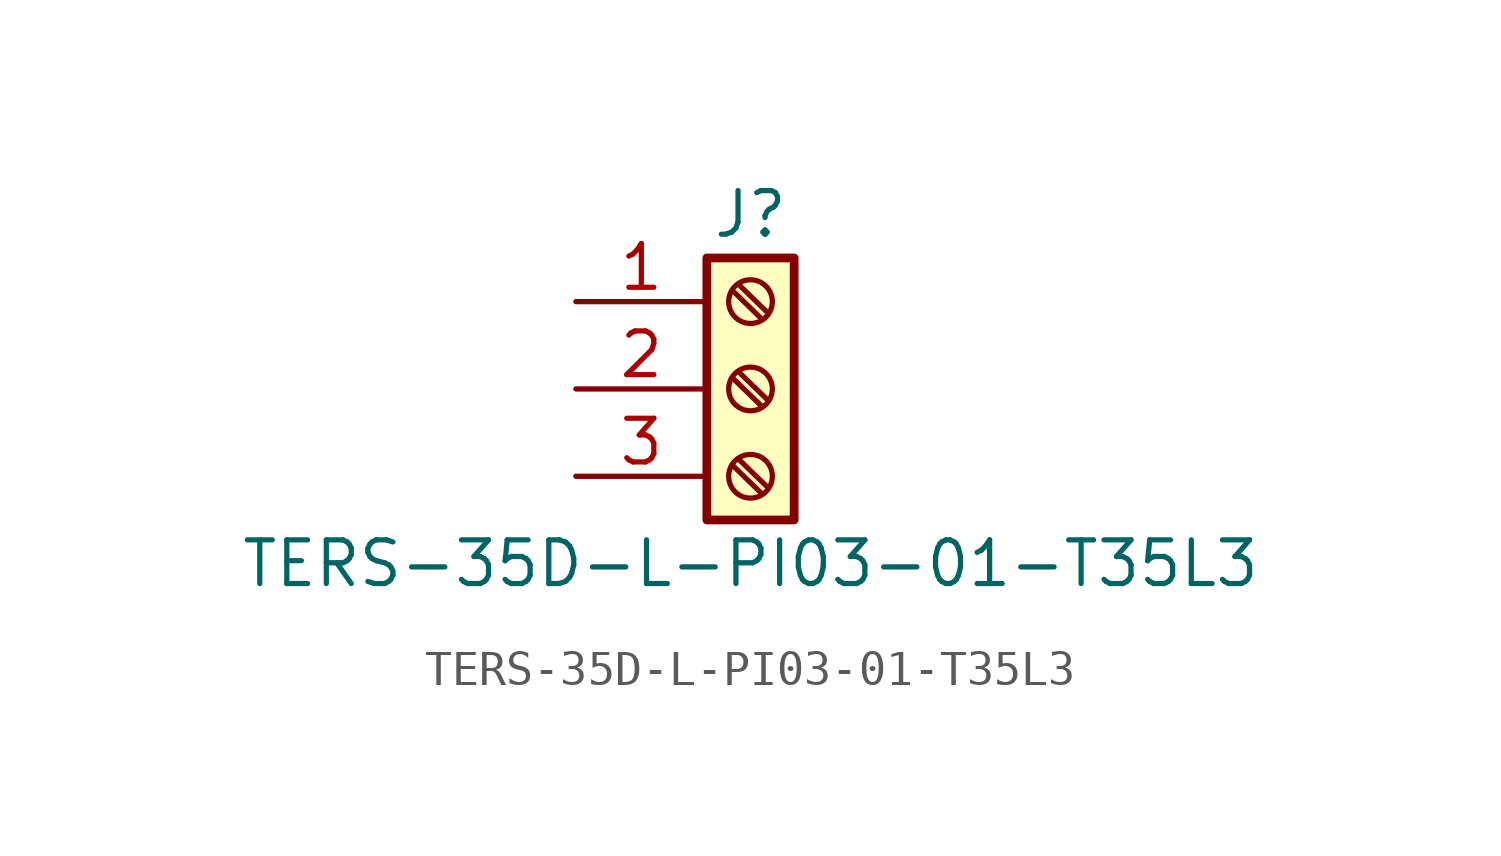
<source format=kicad_sym>
(kicad_symbol_lib
  (version 20211014)
  (generator kicad_symbol_editor)
  (symbol "TERS-35D-L-PI03-01-T35L3"
    (pin_names
      (offset 1.016) hide)
    (property "Reference" "J"
      (at 0 5.08 0)
      (effects (font (size 1.27 1.27))))
    (property "Value" "TERS-35D-L-PI03-01-T35L3"
      (at 0 -5.08 0)
      (effects (font (size 1.27 1.27))))
    (symbol "TERS-35D-L-PI03-01-T35L3_1_1"
      (rectangle (start -1.27 3.81) (end 1.27 -3.81) (stroke (width 0.254) (type default) (color 0 0 0 0)) (fill (type background)))
      (circle (center 0 -2.54) (radius 0.635) (stroke (width 0.152) (type default) (color 0 0 0 0)) (fill (type none)))
      (polyline (pts (xy -0.533 -2.21) (xy 0.33 -3.048)) (stroke (width 0.152) (type default) (color 0 0 0 0)) (fill (type none)))
      (polyline (pts (xy -0.533 0.33) (xy 0.33 -0.508)) (stroke (width 0.152) (type default) (color 0 0 0 0)) (fill (type none)))
      (polyline (pts (xy -0.533 2.87) (xy 0.33 2.032)) (stroke (width 0.152) (type default) (color 0 0 0 0)) (fill (type none)))
      (polyline (pts (xy -0.356 -2.032) (xy 0.508 -2.87)) (stroke (width 0.152) (type default) (color 0 0 0 0)) (fill (type none)))
      (polyline (pts (xy -0.356 0.508) (xy 0.508 -0.33)) (stroke (width 0.152) (type default) (color 0 0 0 0)) (fill (type none)))
      (polyline (pts (xy -0.356 3.048) (xy 0.508 2.21)) (stroke (width 0.152) (type default) (color 0 0 0 0)) (fill (type none)))
      (circle (center 0 0) (radius 0.635) (stroke (width 0.152) (type default) (color 0 0 0 0)) (fill (type none)))
      (circle (center 0 2.54) (radius 0.635) (stroke (width 0.152) (type default) (color 0 0 0 0)) (fill (type none)))
      (pin passive line (at -5.08 2.54 0) (length 3.81) (name "Pin_1" (effects (font (size 1.27 1.27)))) (number "1" (effects (font (size 1.27 1.27)))))
      (pin passive line (at -5.08 0 0) (length 3.81) (name "Pin_2" (effects (font (size 1.27 1.27)))) (number "2" (effects (font (size 1.27 1.27)))))
      (pin passive line (at -5.08 -2.54 0) (length 3.81) (name "Pin_3" (effects (font (size 1.27 1.27)))) (number "3" (effects (font (size 1.27 1.27))))))))
</source>
